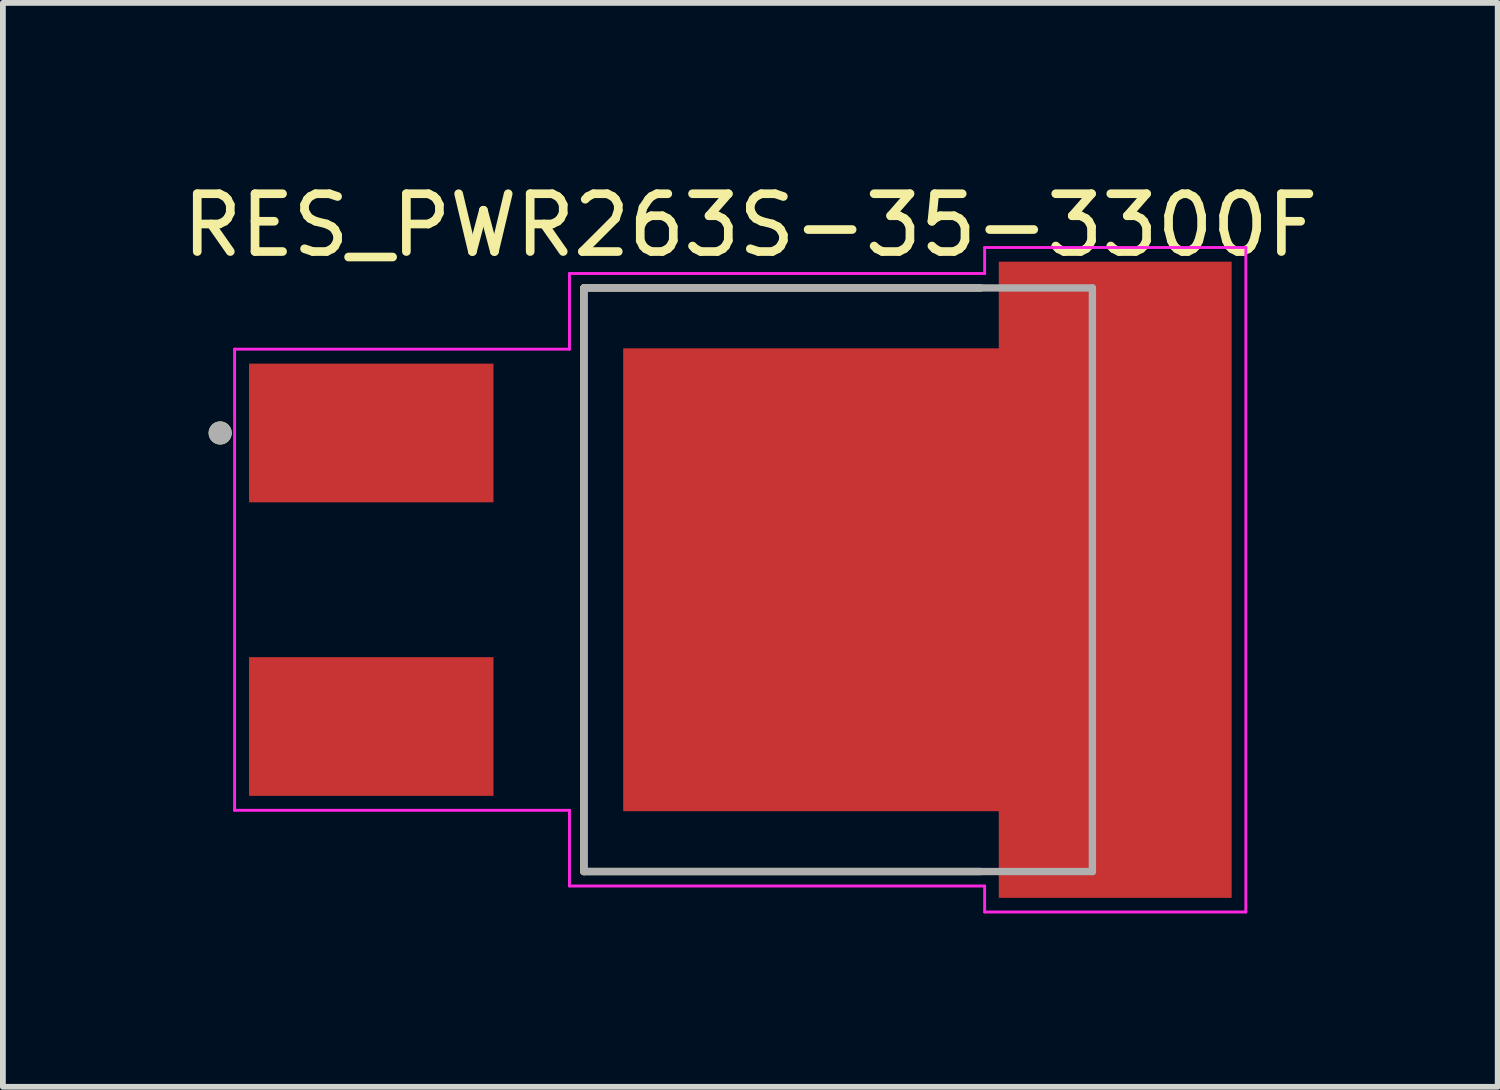
<source format=kicad_pcb>
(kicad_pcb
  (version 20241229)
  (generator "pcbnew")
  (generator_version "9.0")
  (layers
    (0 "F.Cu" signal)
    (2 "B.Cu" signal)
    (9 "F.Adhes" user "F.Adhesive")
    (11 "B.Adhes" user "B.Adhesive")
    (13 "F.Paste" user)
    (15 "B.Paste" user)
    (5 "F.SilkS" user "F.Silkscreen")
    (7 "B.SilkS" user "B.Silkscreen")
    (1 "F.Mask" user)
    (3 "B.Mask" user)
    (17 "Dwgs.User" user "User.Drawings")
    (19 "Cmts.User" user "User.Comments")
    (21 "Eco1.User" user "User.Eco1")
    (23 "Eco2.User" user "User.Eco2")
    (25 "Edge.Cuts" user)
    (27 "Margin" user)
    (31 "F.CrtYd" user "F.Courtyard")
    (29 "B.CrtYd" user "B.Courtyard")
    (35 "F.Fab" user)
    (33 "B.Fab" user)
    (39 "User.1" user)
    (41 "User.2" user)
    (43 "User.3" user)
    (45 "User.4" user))
  (footprint "RES_PWR263S-35-3300F"
    (layer "F.Cu")
    (at 9.76 6.983)
    (property "Reference" "RES_PWR263S-35-3300F" (at 0.175 -6.135 0) (layer "F.SilkS") (effects (font (size 1 1) (thickness 0.15))))
    (attr smd)
    (fp_poly (pts (xy 8.6 -5.6) (xy 8.6 5.6) (xy 4.38 5.6) (xy 4.38 4.1) (xy -2.12 4.1) (xy -2.12 -4.1) (xy 4.38 -4.1) (xy 4.38 -5.6)) (stroke (width 0.01) (type solid)) (fill yes) (layer "F.Mask"))
    (fp_line (start -2.705 -5.05) (end 4.16 -5.05) (stroke (width 0.127) (type solid)) (layer "F.SilkS"))
    (fp_line (start -2.705 5.05) (end -2.705 -5.05) (stroke (width 0.127) (type solid)) (layer "F.SilkS"))
    (fp_line (start 4.16 5.05) (end -2.705 5.05) (stroke (width 0.127) (type solid)) (layer "F.SilkS"))
    (fp_circle (center -9 -2.54) (end -8.9 -2.54) (stroke (width 0.2) (type solid)) (fill no) (layer "F.SilkS"))
    (fp_poly (pts (xy -1.585 -3.67) (xy -0.295 -3.67) (xy -0.295 -2.33) (xy -1.585 -2.33)) (stroke (width 0.01) (type solid)) (fill yes) (layer "F.Paste"))
    (fp_poly (pts (xy -1.585 -1.67) (xy -0.295 -1.67) (xy -0.295 -0.33) (xy -1.585 -0.33)) (stroke (width 0.01) (type solid)) (fill yes) (layer "F.Paste"))
    (fp_poly (pts (xy -1.585 0.33) (xy -0.295 0.33) (xy -0.295 1.67) (xy -1.585 1.67)) (stroke (width 0.01) (type solid)) (fill yes) (layer "F.Paste"))
    (fp_poly (pts (xy -1.585 2.33) (xy -0.295 2.33) (xy -0.295 3.67) (xy -1.585 3.67)) (stroke (width 0.01) (type solid)) (fill yes) (layer "F.Paste"))
    (fp_poly (pts (xy 0.585 -3.67) (xy 1.875 -3.67) (xy 1.875 -2.33) (xy 0.585 -2.33)) (stroke (width 0.01) (type solid)) (fill yes) (layer "F.Paste"))
    (fp_poly (pts (xy 0.585 -1.67) (xy 1.875 -1.67) (xy 1.875 -0.33) (xy 0.585 -0.33)) (stroke (width 0.01) (type solid)) (fill yes) (layer "F.Paste"))
    (fp_poly (pts (xy 0.585 0.33) (xy 1.875 0.33) (xy 1.875 1.67) (xy 0.585 1.67)) (stroke (width 0.01) (type solid)) (fill yes) (layer "F.Paste"))
    (fp_poly (pts (xy 0.585 2.33) (xy 1.875 2.33) (xy 1.875 3.67) (xy 0.585 3.67)) (stroke (width 0.01) (type solid)) (fill yes) (layer "F.Paste"))
    (fp_poly (pts (xy 2.755 -3.67) (xy 4.045 -3.67) (xy 4.045 -2.33) (xy 2.755 -2.33)) (stroke (width 0.01) (type solid)) (fill yes) (layer "F.Paste"))
    (fp_poly (pts (xy 2.755 -1.67) (xy 4.045 -1.67) (xy 4.045 -0.33) (xy 2.755 -0.33)) (stroke (width 0.01) (type solid)) (fill yes) (layer "F.Paste"))
    (fp_poly (pts (xy 2.755 0.33) (xy 4.045 0.33) (xy 4.045 1.67) (xy 2.755 1.67)) (stroke (width 0.01) (type solid)) (fill yes) (layer "F.Paste"))
    (fp_poly (pts (xy 2.755 2.33) (xy 4.045 2.33) (xy 4.045 3.67) (xy 2.755 3.67)) (stroke (width 0.01) (type solid)) (fill yes) (layer "F.Paste"))
    (fp_poly (pts (xy 5.5 -5.35) (xy 7.48 -5.35) (xy 7.48 -4.07) (xy 5.5 -4.07)) (stroke (width 0.01) (type solid)) (fill yes) (layer "F.Paste"))
    (fp_poly (pts (xy 5.5 -3.78) (xy 7.48 -3.78) (xy 7.48 -2.5) (xy 5.5 -2.5)) (stroke (width 0.01) (type solid)) (fill yes) (layer "F.Paste"))
    (fp_poly (pts (xy 5.5 -2.21) (xy 7.48 -2.21) (xy 7.48 -0.93) (xy 5.5 -0.93)) (stroke (width 0.01) (type solid)) (fill yes) (layer "F.Paste"))
    (fp_poly (pts (xy 5.5 -0.64) (xy 7.48 -0.64) (xy 7.48 0.64) (xy 5.5 0.64)) (stroke (width 0.01) (type solid)) (fill yes) (layer "F.Paste"))
    (fp_poly (pts (xy 5.5 0.93) (xy 7.48 0.93) (xy 7.48 2.21) (xy 5.5 2.21)) (stroke (width 0.01) (type solid)) (fill yes) (layer "F.Paste"))
    (fp_poly (pts (xy 5.5 2.5) (xy 7.48 2.5) (xy 7.48 3.78) (xy 5.5 3.78)) (stroke (width 0.01) (type solid)) (fill yes) (layer "F.Paste"))
    (fp_poly (pts (xy 5.5 4.07) (xy 7.48 4.07) (xy 7.48 5.35) (xy 5.5 5.35)) (stroke (width 0.01) (type solid)) (fill yes) (layer "F.Paste"))
    (fp_line (start -8.75 3.99) (end -8.75 -3.99) (stroke (width 0.05) (type solid)) (layer "F.CrtYd"))
    (fp_line (start -2.955 -5.3) (end -2.955 -3.99) (stroke (width 0.05) (type solid)) (layer "F.CrtYd"))
    (fp_line (start -2.955 -5.3) (end 4.23 -5.3) (stroke (width 0.05) (type solid)) (layer "F.CrtYd"))
    (fp_line (start -2.955 -3.99) (end -8.75 -3.99) (stroke (width 0.05) (type solid)) (layer "F.CrtYd"))
    (fp_line (start -2.955 3.99) (end -8.75 3.99) (stroke (width 0.05) (type solid)) (layer "F.CrtYd"))
    (fp_line (start -2.955 5.3) (end -2.955 3.99) (stroke (width 0.05) (type solid)) (layer "F.CrtYd"))
    (fp_line (start -2.955 5.3) (end 4.23 5.3) (stroke (width 0.05) (type solid)) (layer "F.CrtYd"))
    (fp_line (start 4.23 -5.75) (end 8.75 -5.75) (stroke (width 0.05) (type solid)) (layer "F.CrtYd"))
    (fp_line (start 4.23 -5.3) (end 4.23 -5.75) (stroke (width 0.05) (type solid)) (layer "F.CrtYd"))
    (fp_line (start 4.23 5.3) (end 4.23 5.75) (stroke (width 0.05) (type solid)) (layer "F.CrtYd"))
    (fp_line (start 8.75 -5.75) (end 8.75 5.75) (stroke (width 0.05) (type solid)) (layer "F.CrtYd"))
    (fp_line (start 8.75 5.75) (end 4.23 5.75) (stroke (width 0.05) (type solid)) (layer "F.CrtYd"))
    (fp_line (start -2.705 -5.05) (end 6.095 -5.05) (stroke (width 0.127) (type solid)) (layer "F.Fab"))
    (fp_line (start -2.705 5.05) (end -2.705 -5.05) (stroke (width 0.127) (type solid)) (layer "F.Fab"))
    (fp_line (start 6.095 -5.05) (end 6.095 5.05) (stroke (width 0.127) (type solid)) (layer "F.Fab"))
    (fp_line (start 6.095 5.05) (end -2.705 5.05) (stroke (width 0.127) (type solid)) (layer "F.Fab"))
    (fp_circle (center -9 -2.54) (end -8.9 -2.54) (stroke (width 0.2) (type solid)) (fill no) (layer "F.Fab"))
    (pad "1" smd rect (at -6.385 -2.54) (size 4.23 2.4) (layers "F.Cu" "F.Mask" "F.Paste"))
    (pad "2" smd rect (at -6.385 2.54) (size 4.23 2.4) (layers "F.Cu" "F.Mask" "F.Paste"))
    (pad "3" smd custom (at 3.24 0) (size 5 5) (layers "F.Cu") (options (anchor rect)) (primitives (gr_poly (pts (xy 5.26 -5.5) (xy 5.26 5.5) (xy 1.24 5.5) (xy 1.24 4) (xy -5.26 4) (xy -5.26 -4) (xy 1.24 -4) (xy 1.24 -5.5)) (width 0.01) (fill yes)))))
  (gr_rect
    (start -3 -3)
    (end 22.869 15.758)
    (stroke (width 0.1) (type default))
    (fill no)
    (layer "Edge.Cuts")))
</source>
